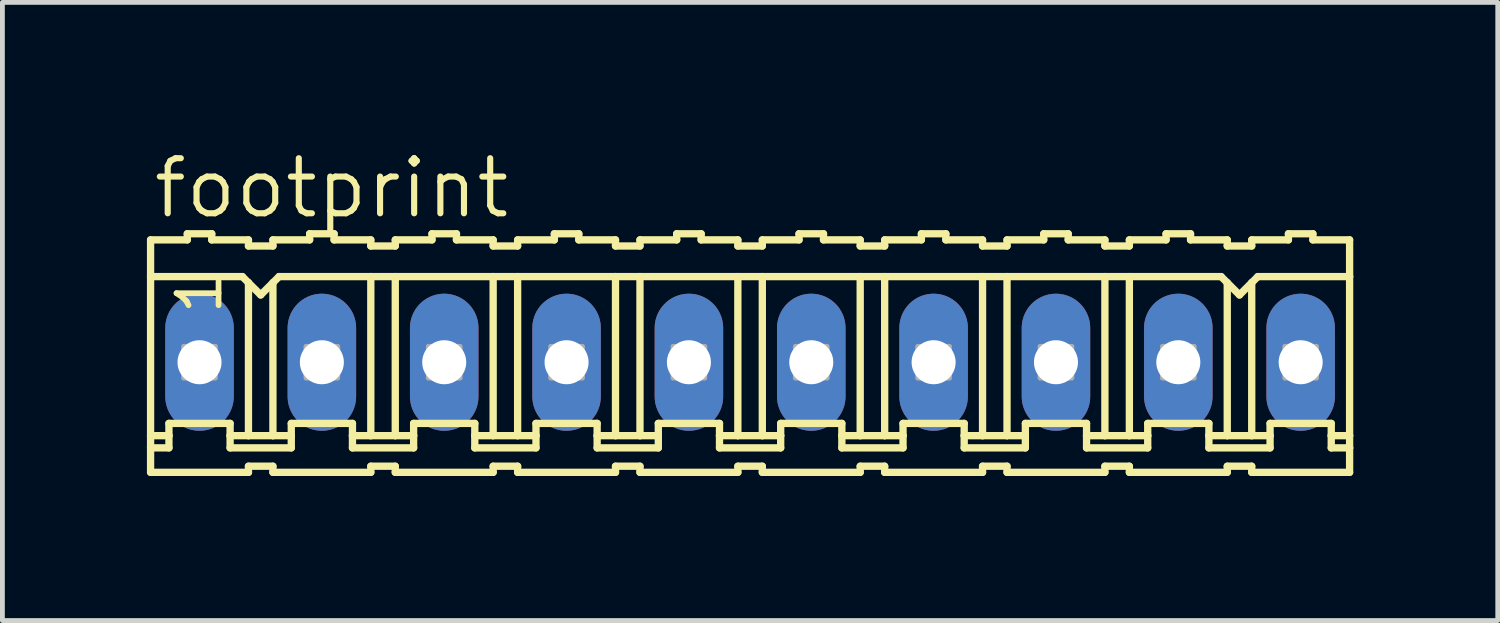
<source format=kicad_pcb>
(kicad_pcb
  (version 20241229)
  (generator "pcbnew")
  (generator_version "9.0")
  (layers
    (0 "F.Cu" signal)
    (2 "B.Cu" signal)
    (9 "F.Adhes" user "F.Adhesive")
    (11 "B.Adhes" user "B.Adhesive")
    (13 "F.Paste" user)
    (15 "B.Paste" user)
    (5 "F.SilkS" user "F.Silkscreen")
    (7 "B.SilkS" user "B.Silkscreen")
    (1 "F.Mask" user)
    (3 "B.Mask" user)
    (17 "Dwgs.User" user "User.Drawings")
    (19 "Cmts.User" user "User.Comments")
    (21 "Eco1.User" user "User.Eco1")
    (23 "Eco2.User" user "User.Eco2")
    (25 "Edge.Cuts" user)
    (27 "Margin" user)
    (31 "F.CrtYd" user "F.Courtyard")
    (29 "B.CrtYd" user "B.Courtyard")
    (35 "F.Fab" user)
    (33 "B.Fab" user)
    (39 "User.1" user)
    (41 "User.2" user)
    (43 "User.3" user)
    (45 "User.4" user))
  (footprint "footprint"
    (layer "F.Cu")
    (at 12.522 4.47)
    (property "Reference" "footprint" (at -12.446 -2.946 0) (layer "F.SilkS") (effects (font (size 1.143 1.143) (thickness 0.127)) (justify left bottom)))
    (fp_line (start -12.446 -2.54) (end -12.446 -1.778) (stroke (width 0.152) (type solid)) (layer "F.SilkS"))
    (fp_line (start -12.446 -2.54) (end -11.684 -2.54) (stroke (width 0.152) (type solid)) (layer "F.SilkS"))
    (fp_line (start -12.446 -1.778) (end -12.446 1.524) (stroke (width 0.152) (type solid)) (layer "F.SilkS"))
    (fp_line (start -12.446 1.524) (end -12.446 1.778) (stroke (width 0.152) (type solid)) (layer "F.SilkS"))
    (fp_line (start -12.446 1.778) (end -12.446 2.286) (stroke (width 0.152) (type solid)) (layer "F.SilkS"))
    (fp_line (start -12.446 1.778) (end -12.065 1.778) (stroke (width 0.152) (type solid)) (layer "F.SilkS"))
    (fp_line (start -12.065 1.27) (end -10.795 1.27) (stroke (width 0.152) (type solid)) (layer "F.SilkS"))
    (fp_line (start -12.065 1.524) (end -12.446 1.524) (stroke (width 0.152) (type solid)) (layer "F.SilkS"))
    (fp_line (start -12.065 1.524) (end -12.065 1.27) (stroke (width 0.152) (type solid)) (layer "F.SilkS"))
    (fp_line (start -12.065 1.778) (end -12.065 1.524) (stroke (width 0.152) (type solid)) (layer "F.SilkS"))
    (fp_line (start -11.684 -2.54) (end -11.684 -2.667) (stroke (width 0.152) (type solid)) (layer "F.SilkS"))
    (fp_line (start -11.176 -2.667) (end -11.684 -2.667) (stroke (width 0.152) (type solid)) (layer "F.SilkS"))
    (fp_line (start -11.176 -2.54) (end -11.176 -2.667) (stroke (width 0.152) (type solid)) (layer "F.SilkS"))
    (fp_line (start -10.795 1.524) (end -10.795 1.27) (stroke (width 0.152) (type solid)) (layer "F.SilkS"))
    (fp_line (start -10.795 1.524) (end -10.414 1.524) (stroke (width 0.152) (type solid)) (layer "F.SilkS"))
    (fp_line (start -10.795 1.778) (end -10.795 1.524) (stroke (width 0.152) (type solid)) (layer "F.SilkS"))
    (fp_line (start -10.541 -1.778) (end -12.446 -1.778) (stroke (width 0.152) (type solid)) (layer "F.SilkS"))
    (fp_line (start -10.541 -1.778) (end -10.414 -1.651) (stroke (width 0.152) (type solid)) (layer "F.SilkS"))
    (fp_line (start -10.414 -2.54) (end -11.176 -2.54) (stroke (width 0.152) (type solid)) (layer "F.SilkS"))
    (fp_line (start -10.414 -2.413) (end -10.414 -2.54) (stroke (width 0.152) (type solid)) (layer "F.SilkS"))
    (fp_line (start -10.414 -2.413) (end -9.906 -2.413) (stroke (width 0.152) (type solid)) (layer "F.SilkS"))
    (fp_line (start -10.414 -1.651) (end -10.414 1.524) (stroke (width 0.152) (type solid)) (layer "F.SilkS"))
    (fp_line (start -10.414 -1.651) (end -10.16 -1.397) (stroke (width 0.152) (type solid)) (layer "F.SilkS"))
    (fp_line (start -10.414 1.524) (end -9.906 1.524) (stroke (width 0.152) (type solid)) (layer "F.SilkS"))
    (fp_line (start -10.414 2.159) (end -10.414 2.286) (stroke (width 0.152) (type solid)) (layer "F.SilkS"))
    (fp_line (start -10.414 2.286) (end -12.446 2.286) (stroke (width 0.152) (type solid)) (layer "F.SilkS"))
    (fp_line (start -10.16 -1.397) (end -9.906 -1.651) (stroke (width 0.152) (type solid)) (layer "F.SilkS"))
    (fp_line (start -9.906 -2.54) (end -9.144 -2.54) (stroke (width 0.152) (type solid)) (layer "F.SilkS"))
    (fp_line (start -9.906 -2.413) (end -9.906 -2.54) (stroke (width 0.152) (type solid)) (layer "F.SilkS"))
    (fp_line (start -9.906 -1.651) (end -9.906 1.524) (stroke (width 0.152) (type solid)) (layer "F.SilkS"))
    (fp_line (start -9.906 -1.651) (end -9.779 -1.778) (stroke (width 0.152) (type solid)) (layer "F.SilkS"))
    (fp_line (start -9.906 1.524) (end -9.525 1.524) (stroke (width 0.152) (type solid)) (layer "F.SilkS"))
    (fp_line (start -9.906 2.159) (end -10.414 2.159) (stroke (width 0.152) (type solid)) (layer "F.SilkS"))
    (fp_line (start -9.906 2.159) (end -9.906 2.286) (stroke (width 0.152) (type solid)) (layer "F.SilkS"))
    (fp_line (start -9.906 2.286) (end -7.874 2.286) (stroke (width 0.152) (type solid)) (layer "F.SilkS"))
    (fp_line (start -9.779 -1.778) (end -7.874 -1.778) (stroke (width 0.152) (type solid)) (layer "F.SilkS"))
    (fp_line (start -9.525 1.27) (end -8.255 1.27) (stroke (width 0.152) (type solid)) (layer "F.SilkS"))
    (fp_line (start -9.525 1.524) (end -9.525 1.27) (stroke (width 0.152) (type solid)) (layer "F.SilkS"))
    (fp_line (start -9.525 1.778) (end -10.795 1.778) (stroke (width 0.152) (type solid)) (layer "F.SilkS"))
    (fp_line (start -9.525 1.778) (end -9.525 1.524) (stroke (width 0.152) (type solid)) (layer "F.SilkS"))
    (fp_line (start -9.144 -2.54) (end -9.144 -2.667) (stroke (width 0.152) (type solid)) (layer "F.SilkS"))
    (fp_line (start -8.636 -2.667) (end -9.144 -2.667) (stroke (width 0.152) (type solid)) (layer "F.SilkS"))
    (fp_line (start -8.636 -2.54) (end -8.636 -2.667) (stroke (width 0.152) (type solid)) (layer "F.SilkS"))
    (fp_line (start -8.636 -2.54) (end -7.874 -2.54) (stroke (width 0.152) (type solid)) (layer "F.SilkS"))
    (fp_line (start -8.255 1.524) (end -8.255 1.27) (stroke (width 0.152) (type solid)) (layer "F.SilkS"))
    (fp_line (start -8.255 1.524) (end -7.874 1.524) (stroke (width 0.152) (type solid)) (layer "F.SilkS"))
    (fp_line (start -8.255 1.778) (end -8.255 1.524) (stroke (width 0.152) (type solid)) (layer "F.SilkS"))
    (fp_line (start -8.255 1.778) (end -6.985 1.778) (stroke (width 0.152) (type solid)) (layer "F.SilkS"))
    (fp_line (start -7.874 -2.413) (end -7.874 -2.54) (stroke (width 0.152) (type solid)) (layer "F.SilkS"))
    (fp_line (start -7.874 -1.778) (end -7.874 1.524) (stroke (width 0.152) (type solid)) (layer "F.SilkS"))
    (fp_line (start -7.874 -1.778) (end -7.366 -1.778) (stroke (width 0.152) (type solid)) (layer "F.SilkS"))
    (fp_line (start -7.874 1.524) (end -7.366 1.524) (stroke (width 0.152) (type solid)) (layer "F.SilkS"))
    (fp_line (start -7.874 2.159) (end -7.874 2.286) (stroke (width 0.152) (type solid)) (layer "F.SilkS"))
    (fp_line (start -7.366 -2.54) (end -6.604 -2.54) (stroke (width 0.152) (type solid)) (layer "F.SilkS"))
    (fp_line (start -7.366 -2.413) (end -7.874 -2.413) (stroke (width 0.152) (type solid)) (layer "F.SilkS"))
    (fp_line (start -7.366 -2.413) (end -7.366 -2.54) (stroke (width 0.152) (type solid)) (layer "F.SilkS"))
    (fp_line (start -7.366 -1.778) (end -7.366 1.524) (stroke (width 0.152) (type solid)) (layer "F.SilkS"))
    (fp_line (start -7.366 -1.778) (end -5.334 -1.778) (stroke (width 0.152) (type solid)) (layer "F.SilkS"))
    (fp_line (start -7.366 1.524) (end -6.985 1.524) (stroke (width 0.152) (type solid)) (layer "F.SilkS"))
    (fp_line (start -7.366 2.159) (end -7.874 2.159) (stroke (width 0.152) (type solid)) (layer "F.SilkS"))
    (fp_line (start -7.366 2.159) (end -7.366 2.286) (stroke (width 0.152) (type solid)) (layer "F.SilkS"))
    (fp_line (start -6.985 1.27) (end -5.715 1.27) (stroke (width 0.152) (type solid)) (layer "F.SilkS"))
    (fp_line (start -6.985 1.524) (end -6.985 1.27) (stroke (width 0.152) (type solid)) (layer "F.SilkS"))
    (fp_line (start -6.985 1.778) (end -6.985 1.524) (stroke (width 0.152) (type solid)) (layer "F.SilkS"))
    (fp_line (start -6.604 -2.54) (end -6.604 -2.667) (stroke (width 0.152) (type solid)) (layer "F.SilkS"))
    (fp_line (start -6.096 -2.667) (end -6.604 -2.667) (stroke (width 0.152) (type solid)) (layer "F.SilkS"))
    (fp_line (start -6.096 -2.54) (end -6.096 -2.667) (stroke (width 0.152) (type solid)) (layer "F.SilkS"))
    (fp_line (start -6.096 -2.54) (end -5.334 -2.54) (stroke (width 0.152) (type solid)) (layer "F.SilkS"))
    (fp_line (start -5.715 1.524) (end -5.715 1.27) (stroke (width 0.152) (type solid)) (layer "F.SilkS"))
    (fp_line (start -5.715 1.524) (end -5.334 1.524) (stroke (width 0.152) (type solid)) (layer "F.SilkS"))
    (fp_line (start -5.715 1.778) (end -5.715 1.524) (stroke (width 0.152) (type solid)) (layer "F.SilkS"))
    (fp_line (start -5.334 -2.54) (end -5.334 -2.413) (stroke (width 0.152) (type solid)) (layer "F.SilkS"))
    (fp_line (start -5.334 -1.778) (end -5.334 1.524) (stroke (width 0.152) (type solid)) (layer "F.SilkS"))
    (fp_line (start -5.334 2.159) (end -5.334 2.286) (stroke (width 0.152) (type solid)) (layer "F.SilkS"))
    (fp_line (start -5.334 2.286) (end -7.366 2.286) (stroke (width 0.152) (type solid)) (layer "F.SilkS"))
    (fp_line (start -4.826 -2.54) (end -4.826 -2.413) (stroke (width 0.152) (type solid)) (layer "F.SilkS"))
    (fp_line (start -4.826 -2.54) (end -4.064 -2.54) (stroke (width 0.152) (type solid)) (layer "F.SilkS"))
    (fp_line (start -4.826 -2.413) (end -5.334 -2.413) (stroke (width 0.152) (type solid)) (layer "F.SilkS"))
    (fp_line (start -4.826 -1.778) (end -5.334 -1.778) (stroke (width 0.152) (type solid)) (layer "F.SilkS"))
    (fp_line (start -4.826 -1.778) (end -4.826 1.524) (stroke (width 0.152) (type solid)) (layer "F.SilkS"))
    (fp_line (start -4.826 -1.778) (end -2.794 -1.778) (stroke (width 0.152) (type solid)) (layer "F.SilkS"))
    (fp_line (start -4.826 1.524) (end -5.334 1.524) (stroke (width 0.152) (type solid)) (layer "F.SilkS"))
    (fp_line (start -4.826 2.159) (end -5.334 2.159) (stroke (width 0.152) (type solid)) (layer "F.SilkS"))
    (fp_line (start -4.826 2.159) (end -4.826 2.286) (stroke (width 0.152) (type solid)) (layer "F.SilkS"))
    (fp_line (start -4.445 1.27) (end -3.175 1.27) (stroke (width 0.152) (type solid)) (layer "F.SilkS"))
    (fp_line (start -4.445 1.524) (end -4.826 1.524) (stroke (width 0.152) (type solid)) (layer "F.SilkS"))
    (fp_line (start -4.445 1.524) (end -4.445 1.27) (stroke (width 0.152) (type solid)) (layer "F.SilkS"))
    (fp_line (start -4.445 1.778) (end -5.715 1.778) (stroke (width 0.152) (type solid)) (layer "F.SilkS"))
    (fp_line (start -4.445 1.778) (end -4.445 1.524) (stroke (width 0.152) (type solid)) (layer "F.SilkS"))
    (fp_line (start -4.064 -2.54) (end -4.064 -2.667) (stroke (width 0.152) (type solid)) (layer "F.SilkS"))
    (fp_line (start -3.556 -2.667) (end -4.064 -2.667) (stroke (width 0.152) (type solid)) (layer "F.SilkS"))
    (fp_line (start -3.556 -2.54) (end -3.556 -2.667) (stroke (width 0.152) (type solid)) (layer "F.SilkS"))
    (fp_line (start -3.175 1.524) (end -3.175 1.27) (stroke (width 0.152) (type solid)) (layer "F.SilkS"))
    (fp_line (start -3.175 1.524) (end -2.794 1.524) (stroke (width 0.152) (type solid)) (layer "F.SilkS"))
    (fp_line (start -3.175 1.778) (end -3.175 1.524) (stroke (width 0.152) (type solid)) (layer "F.SilkS"))
    (fp_line (start -2.794 -2.54) (end -3.556 -2.54) (stroke (width 0.152) (type solid)) (layer "F.SilkS"))
    (fp_line (start -2.794 -2.413) (end -2.794 -2.54) (stroke (width 0.152) (type solid)) (layer "F.SilkS"))
    (fp_line (start -2.794 -2.413) (end -2.286 -2.413) (stroke (width 0.152) (type solid)) (layer "F.SilkS"))
    (fp_line (start -2.794 -1.778) (end -2.794 1.524) (stroke (width 0.152) (type solid)) (layer "F.SilkS"))
    (fp_line (start -2.794 -1.778) (end -2.286 -1.778) (stroke (width 0.152) (type solid)) (layer "F.SilkS"))
    (fp_line (start -2.794 1.524) (end -2.286 1.524) (stroke (width 0.152) (type solid)) (layer "F.SilkS"))
    (fp_line (start -2.794 2.159) (end -2.794 2.286) (stroke (width 0.152) (type solid)) (layer "F.SilkS"))
    (fp_line (start -2.794 2.286) (end -4.826 2.286) (stroke (width 0.152) (type solid)) (layer "F.SilkS"))
    (fp_line (start -2.286 -2.54) (end -1.524 -2.54) (stroke (width 0.152) (type solid)) (layer "F.SilkS"))
    (fp_line (start -2.286 -2.413) (end -2.286 -2.54) (stroke (width 0.152) (type solid)) (layer "F.SilkS"))
    (fp_line (start -2.286 -1.778) (end -2.286 1.524) (stroke (width 0.152) (type solid)) (layer "F.SilkS"))
    (fp_line (start -2.286 -1.778) (end -0.254 -1.778) (stroke (width 0.152) (type solid)) (layer "F.SilkS"))
    (fp_line (start -2.286 1.524) (end -1.905 1.524) (stroke (width 0.152) (type solid)) (layer "F.SilkS"))
    (fp_line (start -2.286 2.159) (end -2.794 2.159) (stroke (width 0.152) (type solid)) (layer "F.SilkS"))
    (fp_line (start -2.286 2.159) (end -2.286 2.286) (stroke (width 0.152) (type solid)) (layer "F.SilkS"))
    (fp_line (start -1.905 1.27) (end -0.635 1.27) (stroke (width 0.152) (type solid)) (layer "F.SilkS"))
    (fp_line (start -1.905 1.524) (end -1.905 1.27) (stroke (width 0.152) (type solid)) (layer "F.SilkS"))
    (fp_line (start -1.905 1.778) (end -3.175 1.778) (stroke (width 0.152) (type solid)) (layer "F.SilkS"))
    (fp_line (start -1.905 1.778) (end -1.905 1.524) (stroke (width 0.152) (type solid)) (layer "F.SilkS"))
    (fp_line (start -1.524 -2.54) (end -1.524 -2.667) (stroke (width 0.152) (type solid)) (layer "F.SilkS"))
    (fp_line (start -1.016 -2.667) (end -1.524 -2.667) (stroke (width 0.152) (type solid)) (layer "F.SilkS"))
    (fp_line (start -1.016 -2.54) (end -1.016 -2.667) (stroke (width 0.152) (type solid)) (layer "F.SilkS"))
    (fp_line (start -0.635 1.524) (end -0.635 1.27) (stroke (width 0.152) (type solid)) (layer "F.SilkS"))
    (fp_line (start -0.635 1.524) (end -0.254 1.524) (stroke (width 0.152) (type solid)) (layer "F.SilkS"))
    (fp_line (start -0.635 1.778) (end -0.635 1.524) (stroke (width 0.152) (type solid)) (layer "F.SilkS"))
    (fp_line (start -0.254 -2.54) (end -1.016 -2.54) (stroke (width 0.152) (type solid)) (layer "F.SilkS"))
    (fp_line (start -0.254 -2.413) (end -0.254 -2.54) (stroke (width 0.152) (type solid)) (layer "F.SilkS"))
    (fp_line (start -0.254 -2.413) (end 0.254 -2.413) (stroke (width 0.152) (type solid)) (layer "F.SilkS"))
    (fp_line (start -0.254 -1.778) (end -0.254 1.524) (stroke (width 0.152) (type solid)) (layer "F.SilkS"))
    (fp_line (start -0.254 -1.778) (end 0.254 -1.778) (stroke (width 0.152) (type solid)) (layer "F.SilkS"))
    (fp_line (start -0.254 1.524) (end 0.254 1.524) (stroke (width 0.152) (type solid)) (layer "F.SilkS"))
    (fp_line (start -0.254 2.159) (end -0.254 2.286) (stroke (width 0.152) (type solid)) (layer "F.SilkS"))
    (fp_line (start -0.254 2.286) (end -2.286 2.286) (stroke (width 0.152) (type solid)) (layer "F.SilkS"))
    (fp_line (start 0.254 -2.54) (end 1.016 -2.54) (stroke (width 0.152) (type solid)) (layer "F.SilkS"))
    (fp_line (start 0.254 -2.413) (end 0.254 -2.54) (stroke (width 0.152) (type solid)) (layer "F.SilkS"))
    (fp_line (start 0.254 -1.778) (end 0.254 1.524) (stroke (width 0.152) (type solid)) (layer "F.SilkS"))
    (fp_line (start 0.254 -1.778) (end 2.286 -1.778) (stroke (width 0.152) (type solid)) (layer "F.SilkS"))
    (fp_line (start 0.254 1.524) (end 0.635 1.524) (stroke (width 0.152) (type solid)) (layer "F.SilkS"))
    (fp_line (start 0.254 2.159) (end -0.254 2.159) (stroke (width 0.152) (type solid)) (layer "F.SilkS"))
    (fp_line (start 0.254 2.159) (end 0.254 2.286) (stroke (width 0.152) (type solid)) (layer "F.SilkS"))
    (fp_line (start 0.635 1.27) (end 1.905 1.27) (stroke (width 0.152) (type solid)) (layer "F.SilkS"))
    (fp_line (start 0.635 1.524) (end 0.635 1.27) (stroke (width 0.152) (type solid)) (layer "F.SilkS"))
    (fp_line (start 0.635 1.778) (end -0.635 1.778) (stroke (width 0.152) (type solid)) (layer "F.SilkS"))
    (fp_line (start 0.635 1.778) (end 0.635 1.524) (stroke (width 0.152) (type solid)) (layer "F.SilkS"))
    (fp_line (start 1.016 -2.54) (end 1.016 -2.667) (stroke (width 0.152) (type solid)) (layer "F.SilkS"))
    (fp_line (start 1.524 -2.667) (end 1.016 -2.667) (stroke (width 0.152) (type solid)) (layer "F.SilkS"))
    (fp_line (start 1.524 -2.54) (end 1.524 -2.667) (stroke (width 0.152) (type solid)) (layer "F.SilkS"))
    (fp_line (start 1.905 1.524) (end 1.905 1.27) (stroke (width 0.152) (type solid)) (layer "F.SilkS"))
    (fp_line (start 1.905 1.524) (end 2.286 1.524) (stroke (width 0.152) (type solid)) (layer "F.SilkS"))
    (fp_line (start 1.905 1.778) (end 1.905 1.524) (stroke (width 0.152) (type solid)) (layer "F.SilkS"))
    (fp_line (start 2.286 -2.54) (end 1.524 -2.54) (stroke (width 0.152) (type solid)) (layer "F.SilkS"))
    (fp_line (start 2.286 -2.413) (end 2.286 -2.54) (stroke (width 0.152) (type solid)) (layer "F.SilkS"))
    (fp_line (start 2.286 -2.413) (end 2.794 -2.413) (stroke (width 0.152) (type solid)) (layer "F.SilkS"))
    (fp_line (start 2.286 -1.778) (end 2.286 1.524) (stroke (width 0.152) (type solid)) (layer "F.SilkS"))
    (fp_line (start 2.286 -1.778) (end 2.794 -1.778) (stroke (width 0.152) (type solid)) (layer "F.SilkS"))
    (fp_line (start 2.286 1.524) (end 2.794 1.524) (stroke (width 0.152) (type solid)) (layer "F.SilkS"))
    (fp_line (start 2.286 2.159) (end 2.286 2.286) (stroke (width 0.152) (type solid)) (layer "F.SilkS"))
    (fp_line (start 2.286 2.286) (end 0.254 2.286) (stroke (width 0.152) (type solid)) (layer "F.SilkS"))
    (fp_line (start 2.794 -2.54) (end 3.556 -2.54) (stroke (width 0.152) (type solid)) (layer "F.SilkS"))
    (fp_line (start 2.794 -2.413) (end 2.794 -2.54) (stroke (width 0.152) (type solid)) (layer "F.SilkS"))
    (fp_line (start 2.794 -1.778) (end 2.794 1.524) (stroke (width 0.152) (type solid)) (layer "F.SilkS"))
    (fp_line (start 2.794 -1.778) (end 4.826 -1.778) (stroke (width 0.152) (type solid)) (layer "F.SilkS"))
    (fp_line (start 2.794 1.524) (end 3.175 1.524) (stroke (width 0.152) (type solid)) (layer "F.SilkS"))
    (fp_line (start 2.794 2.159) (end 2.286 2.159) (stroke (width 0.152) (type solid)) (layer "F.SilkS"))
    (fp_line (start 2.794 2.159) (end 2.794 2.286) (stroke (width 0.152) (type solid)) (layer "F.SilkS"))
    (fp_line (start 3.175 1.27) (end 4.445 1.27) (stroke (width 0.152) (type solid)) (layer "F.SilkS"))
    (fp_line (start 3.175 1.524) (end 3.175 1.27) (stroke (width 0.152) (type solid)) (layer "F.SilkS"))
    (fp_line (start 3.175 1.778) (end 1.905 1.778) (stroke (width 0.152) (type solid)) (layer "F.SilkS"))
    (fp_line (start 3.175 1.778) (end 3.175 1.524) (stroke (width 0.152) (type solid)) (layer "F.SilkS"))
    (fp_line (start 3.556 -2.54) (end 3.556 -2.667) (stroke (width 0.152) (type solid)) (layer "F.SilkS"))
    (fp_line (start 4.064 -2.667) (end 3.556 -2.667) (stroke (width 0.152) (type solid)) (layer "F.SilkS"))
    (fp_line (start 4.064 -2.54) (end 4.064 -2.667) (stroke (width 0.152) (type solid)) (layer "F.SilkS"))
    (fp_line (start 4.445 1.524) (end 4.445 1.27) (stroke (width 0.152) (type solid)) (layer "F.SilkS"))
    (fp_line (start 4.445 1.524) (end 4.826 1.524) (stroke (width 0.152) (type solid)) (layer "F.SilkS"))
    (fp_line (start 4.445 1.778) (end 4.445 1.524) (stroke (width 0.152) (type solid)) (layer "F.SilkS"))
    (fp_line (start 4.826 -2.54) (end 4.064 -2.54) (stroke (width 0.152) (type solid)) (layer "F.SilkS"))
    (fp_line (start 4.826 -2.413) (end 4.826 -2.54) (stroke (width 0.152) (type solid)) (layer "F.SilkS"))
    (fp_line (start 4.826 -2.413) (end 5.334 -2.413) (stroke (width 0.152) (type solid)) (layer "F.SilkS"))
    (fp_line (start 4.826 -1.778) (end 4.826 1.524) (stroke (width 0.152) (type solid)) (layer "F.SilkS"))
    (fp_line (start 4.826 -1.778) (end 5.334 -1.778) (stroke (width 0.152) (type solid)) (layer "F.SilkS"))
    (fp_line (start 4.826 1.524) (end 5.334 1.524) (stroke (width 0.152) (type solid)) (layer "F.SilkS"))
    (fp_line (start 4.826 2.159) (end 4.826 2.286) (stroke (width 0.152) (type solid)) (layer "F.SilkS"))
    (fp_line (start 4.826 2.286) (end 2.794 2.286) (stroke (width 0.152) (type solid)) (layer "F.SilkS"))
    (fp_line (start 5.334 -2.54) (end 6.096 -2.54) (stroke (width 0.152) (type solid)) (layer "F.SilkS"))
    (fp_line (start 5.334 -2.413) (end 5.334 -2.54) (stroke (width 0.152) (type solid)) (layer "F.SilkS"))
    (fp_line (start 5.334 -1.778) (end 5.334 1.524) (stroke (width 0.152) (type solid)) (layer "F.SilkS"))
    (fp_line (start 5.334 -1.778) (end 7.366 -1.778) (stroke (width 0.152) (type solid)) (layer "F.SilkS"))
    (fp_line (start 5.334 1.524) (end 5.715 1.524) (stroke (width 0.152) (type solid)) (layer "F.SilkS"))
    (fp_line (start 5.334 2.159) (end 4.826 2.159) (stroke (width 0.152) (type solid)) (layer "F.SilkS"))
    (fp_line (start 5.334 2.159) (end 5.334 2.286) (stroke (width 0.152) (type solid)) (layer "F.SilkS"))
    (fp_line (start 5.715 1.27) (end 6.985 1.27) (stroke (width 0.152) (type solid)) (layer "F.SilkS"))
    (fp_line (start 5.715 1.524) (end 5.715 1.27) (stroke (width 0.152) (type solid)) (layer "F.SilkS"))
    (fp_line (start 5.715 1.778) (end 4.445 1.778) (stroke (width 0.152) (type solid)) (layer "F.SilkS"))
    (fp_line (start 5.715 1.778) (end 5.715 1.524) (stroke (width 0.152) (type solid)) (layer "F.SilkS"))
    (fp_line (start 6.096 -2.54) (end 6.096 -2.667) (stroke (width 0.152) (type solid)) (layer "F.SilkS"))
    (fp_line (start 6.604 -2.667) (end 6.096 -2.667) (stroke (width 0.152) (type solid)) (layer "F.SilkS"))
    (fp_line (start 6.604 -2.54) (end 6.604 -2.667) (stroke (width 0.152) (type solid)) (layer "F.SilkS"))
    (fp_line (start 6.985 1.524) (end 6.985 1.27) (stroke (width 0.152) (type solid)) (layer "F.SilkS"))
    (fp_line (start 6.985 1.524) (end 7.366 1.524) (stroke (width 0.152) (type solid)) (layer "F.SilkS"))
    (fp_line (start 6.985 1.778) (end 6.985 1.524) (stroke (width 0.152) (type solid)) (layer "F.SilkS"))
    (fp_line (start 7.366 -2.54) (end 6.604 -2.54) (stroke (width 0.152) (type solid)) (layer "F.SilkS"))
    (fp_line (start 7.366 -2.413) (end 7.366 -2.54) (stroke (width 0.152) (type solid)) (layer "F.SilkS"))
    (fp_line (start 7.366 -2.413) (end 7.874 -2.413) (stroke (width 0.152) (type solid)) (layer "F.SilkS"))
    (fp_line (start 7.366 -1.778) (end 7.366 1.524) (stroke (width 0.152) (type solid)) (layer "F.SilkS"))
    (fp_line (start 7.366 -1.778) (end 7.874 -1.778) (stroke (width 0.152) (type solid)) (layer "F.SilkS"))
    (fp_line (start 7.366 1.524) (end 7.874 1.524) (stroke (width 0.152) (type solid)) (layer "F.SilkS"))
    (fp_line (start 7.366 2.159) (end 7.366 2.286) (stroke (width 0.152) (type solid)) (layer "F.SilkS"))
    (fp_line (start 7.366 2.286) (end 5.334 2.286) (stroke (width 0.152) (type solid)) (layer "F.SilkS"))
    (fp_line (start 7.874 -2.54) (end 8.636 -2.54) (stroke (width 0.152) (type solid)) (layer "F.SilkS"))
    (fp_line (start 7.874 -2.413) (end 7.874 -2.54) (stroke (width 0.152) (type solid)) (layer "F.SilkS"))
    (fp_line (start 7.874 -1.778) (end 7.874 1.524) (stroke (width 0.152) (type solid)) (layer "F.SilkS"))
    (fp_line (start 7.874 -1.778) (end 9.779 -1.778) (stroke (width 0.152) (type solid)) (layer "F.SilkS"))
    (fp_line (start 7.874 1.524) (end 8.255 1.524) (stroke (width 0.152) (type solid)) (layer "F.SilkS"))
    (fp_line (start 7.874 2.159) (end 7.366 2.159) (stroke (width 0.152) (type solid)) (layer "F.SilkS"))
    (fp_line (start 7.874 2.159) (end 7.874 2.286) (stroke (width 0.152) (type solid)) (layer "F.SilkS"))
    (fp_line (start 8.255 1.27) (end 9.525 1.27) (stroke (width 0.152) (type solid)) (layer "F.SilkS"))
    (fp_line (start 8.255 1.524) (end 8.255 1.27) (stroke (width 0.152) (type solid)) (layer "F.SilkS"))
    (fp_line (start 8.255 1.778) (end 6.985 1.778) (stroke (width 0.152) (type solid)) (layer "F.SilkS"))
    (fp_line (start 8.255 1.778) (end 8.255 1.524) (stroke (width 0.152) (type solid)) (layer "F.SilkS"))
    (fp_line (start 8.636 -2.54) (end 8.636 -2.667) (stroke (width 0.152) (type solid)) (layer "F.SilkS"))
    (fp_line (start 9.144 -2.667) (end 8.636 -2.667) (stroke (width 0.152) (type solid)) (layer "F.SilkS"))
    (fp_line (start 9.144 -2.54) (end 9.144 -2.667) (stroke (width 0.152) (type solid)) (layer "F.SilkS"))
    (fp_line (start 9.144 -2.54) (end 9.906 -2.54) (stroke (width 0.152) (type solid)) (layer "F.SilkS"))
    (fp_line (start 9.525 1.524) (end 9.525 1.27) (stroke (width 0.152) (type solid)) (layer "F.SilkS"))
    (fp_line (start 9.525 1.524) (end 9.906 1.524) (stroke (width 0.152) (type solid)) (layer "F.SilkS"))
    (fp_line (start 9.525 1.778) (end 9.525 1.524) (stroke (width 0.152) (type solid)) (layer "F.SilkS"))
    (fp_line (start 9.525 1.778) (end 10.795 1.778) (stroke (width 0.152) (type solid)) (layer "F.SilkS"))
    (fp_line (start 9.779 -1.778) (end 9.906 -1.651) (stroke (width 0.152) (type solid)) (layer "F.SilkS"))
    (fp_line (start 9.906 -2.413) (end 9.906 -2.54) (stroke (width 0.152) (type solid)) (layer "F.SilkS"))
    (fp_line (start 9.906 -1.651) (end 9.906 1.524) (stroke (width 0.152) (type solid)) (layer "F.SilkS"))
    (fp_line (start 9.906 -1.651) (end 10.16 -1.397) (stroke (width 0.152) (type solid)) (layer "F.SilkS"))
    (fp_line (start 9.906 1.524) (end 10.414 1.524) (stroke (width 0.152) (type solid)) (layer "F.SilkS"))
    (fp_line (start 9.906 2.159) (end 9.906 2.286) (stroke (width 0.152) (type solid)) (layer "F.SilkS"))
    (fp_line (start 9.906 2.286) (end 7.874 2.286) (stroke (width 0.152) (type solid)) (layer "F.SilkS"))
    (fp_line (start 10.16 -1.397) (end 10.414 -1.651) (stroke (width 0.152) (type solid)) (layer "F.SilkS"))
    (fp_line (start 10.414 -2.54) (end 11.176 -2.54) (stroke (width 0.152) (type solid)) (layer "F.SilkS"))
    (fp_line (start 10.414 -2.413) (end 9.906 -2.413) (stroke (width 0.152) (type solid)) (layer "F.SilkS"))
    (fp_line (start 10.414 -2.413) (end 10.414 -2.54) (stroke (width 0.152) (type solid)) (layer "F.SilkS"))
    (fp_line (start 10.414 -1.651) (end 10.414 1.524) (stroke (width 0.152) (type solid)) (layer "F.SilkS"))
    (fp_line (start 10.414 -1.651) (end 10.541 -1.778) (stroke (width 0.152) (type solid)) (layer "F.SilkS"))
    (fp_line (start 10.414 1.524) (end 10.795 1.524) (stroke (width 0.152) (type solid)) (layer "F.SilkS"))
    (fp_line (start 10.414 2.159) (end 9.906 2.159) (stroke (width 0.152) (type solid)) (layer "F.SilkS"))
    (fp_line (start 10.414 2.159) (end 10.414 2.286) (stroke (width 0.152) (type solid)) (layer "F.SilkS"))
    (fp_line (start 10.541 -1.778) (end 12.446 -1.778) (stroke (width 0.152) (type solid)) (layer "F.SilkS"))
    (fp_line (start 10.795 1.27) (end 12.065 1.27) (stroke (width 0.152) (type solid)) (layer "F.SilkS"))
    (fp_line (start 10.795 1.524) (end 10.795 1.27) (stroke (width 0.152) (type solid)) (layer "F.SilkS"))
    (fp_line (start 10.795 1.778) (end 10.795 1.524) (stroke (width 0.152) (type solid)) (layer "F.SilkS"))
    (fp_line (start 11.176 -2.54) (end 11.176 -2.667) (stroke (width 0.152) (type solid)) (layer "F.SilkS"))
    (fp_line (start 11.684 -2.667) (end 11.176 -2.667) (stroke (width 0.152) (type solid)) (layer "F.SilkS"))
    (fp_line (start 11.684 -2.54) (end 11.684 -2.667) (stroke (width 0.152) (type solid)) (layer "F.SilkS"))
    (fp_line (start 11.684 -2.54) (end 12.446 -2.54) (stroke (width 0.152) (type solid)) (layer "F.SilkS"))
    (fp_line (start 12.065 1.524) (end 12.065 1.27) (stroke (width 0.152) (type solid)) (layer "F.SilkS"))
    (fp_line (start 12.065 1.524) (end 12.446 1.524) (stroke (width 0.152) (type solid)) (layer "F.SilkS"))
    (fp_line (start 12.065 1.778) (end 12.065 1.524) (stroke (width 0.152) (type solid)) (layer "F.SilkS"))
    (fp_line (start 12.446 -1.778) (end 12.446 -2.54) (stroke (width 0.152) (type solid)) (layer "F.SilkS"))
    (fp_line (start 12.446 -1.778) (end 12.446 1.524) (stroke (width 0.152) (type solid)) (layer "F.SilkS"))
    (fp_line (start 12.446 1.524) (end 12.446 1.778) (stroke (width 0.152) (type solid)) (layer "F.SilkS"))
    (fp_line (start 12.446 1.778) (end 12.065 1.778) (stroke (width 0.152) (type solid)) (layer "F.SilkS"))
    (fp_line (start 12.446 1.778) (end 12.446 2.286) (stroke (width 0.152) (type solid)) (layer "F.SilkS"))
    (fp_line (start 12.446 2.286) (end 10.414 2.286) (stroke (width 0.152) (type solid)) (layer "F.SilkS"))
    (fp_poly (pts (xy -11.76 0.33) (xy -11.1 0.33) (xy -11.1 -0.33) (xy -11.76 -0.33)) (stroke (width 0.1) (type solid)) (fill no) (layer "F.Fab"))
    (fp_poly (pts (xy -9.22 0.33) (xy -8.56 0.33) (xy -8.56 -0.33) (xy -9.22 -0.33)) (stroke (width 0.1) (type solid)) (fill no) (layer "F.Fab"))
    (fp_poly (pts (xy -6.68 0.33) (xy -6.02 0.33) (xy -6.02 -0.33) (xy -6.68 -0.33)) (stroke (width 0.1) (type solid)) (fill no) (layer "F.Fab"))
    (fp_poly (pts (xy -4.14 0.33) (xy -3.48 0.33) (xy -3.48 -0.33) (xy -4.14 -0.33)) (stroke (width 0.1) (type solid)) (fill no) (layer "F.Fab"))
    (fp_poly (pts (xy -1.6 0.33) (xy -0.94 0.33) (xy -0.94 -0.33) (xy -1.6 -0.33)) (stroke (width 0.1) (type solid)) (fill no) (layer "F.Fab"))
    (fp_poly (pts (xy 0.94 0.33) (xy 1.6 0.33) (xy 1.6 -0.33) (xy 0.94 -0.33)) (stroke (width 0.1) (type solid)) (fill no) (layer "F.Fab"))
    (fp_poly (pts (xy 3.48 0.33) (xy 4.14 0.33) (xy 4.14 -0.33) (xy 3.48 -0.33)) (stroke (width 0.1) (type solid)) (fill no) (layer "F.Fab"))
    (fp_poly (pts (xy 6.02 0.33) (xy 6.68 0.33) (xy 6.68 -0.33) (xy 6.02 -0.33)) (stroke (width 0.1) (type solid)) (fill no) (layer "F.Fab"))
    (fp_poly (pts (xy 8.56 0.33) (xy 9.22 0.33) (xy 9.22 -0.33) (xy 8.56 -0.33)) (stroke (width 0.1) (type solid)) (fill no) (layer "F.Fab"))
    (fp_poly (pts (xy 11.1 0.33) (xy 11.76 0.33) (xy 11.76 -0.33) (xy 11.1 -0.33)) (stroke (width 0.1) (type solid)) (fill no) (layer "F.Fab"))
    (fp_text user "1" (at -10.922 -0.94 90) (layer "F.SilkS") (effects (font (size 0.872 0.872) (thickness 0.119)) (justify left bottom)))
    (pad "1" thru_hole oval (at -11.43 0 90) (size 2.845 1.422) (drill 0.914) (layers "*.Cu" "*.Mask"))
    (pad "2" thru_hole oval (at -8.89 0 90) (size 2.845 1.422) (drill 0.914) (layers "*.Cu" "*.Mask"))
    (pad "3" thru_hole oval (at -6.35 0 90) (size 2.845 1.422) (drill 0.914) (layers "*.Cu" "*.Mask"))
    (pad "4" thru_hole oval (at -3.81 0 90) (size 2.845 1.422) (drill 0.914) (layers "*.Cu" "*.Mask"))
    (pad "5" thru_hole oval (at -1.27 0 90) (size 2.845 1.422) (drill 0.914) (layers "*.Cu" "*.Mask"))
    (pad "6" thru_hole oval (at 1.27 0 90) (size 2.845 1.422) (drill 0.914) (layers "*.Cu" "*.Mask"))
    (pad "7" thru_hole oval (at 3.81 0 90) (size 2.845 1.422) (drill 0.914) (layers "*.Cu" "*.Mask"))
    (pad "8" thru_hole oval (at 6.35 0 90) (size 2.845 1.422) (drill 0.914) (layers "*.Cu" "*.Mask"))
    (pad "9" thru_hole oval (at 8.89 0 90) (size 2.845 1.422) (drill 0.914) (layers "*.Cu" "*.Mask"))
    (pad "10" thru_hole oval (at 11.43 0 90) (size 2.845 1.422) (drill 0.914) (layers "*.Cu" "*.Mask")))
  (gr_rect
    (start -3 -3)
    (end 28.044 9.833)
    (stroke (width 0.1) (type default))
    (fill no)
    (layer "Edge.Cuts")))
</source>
